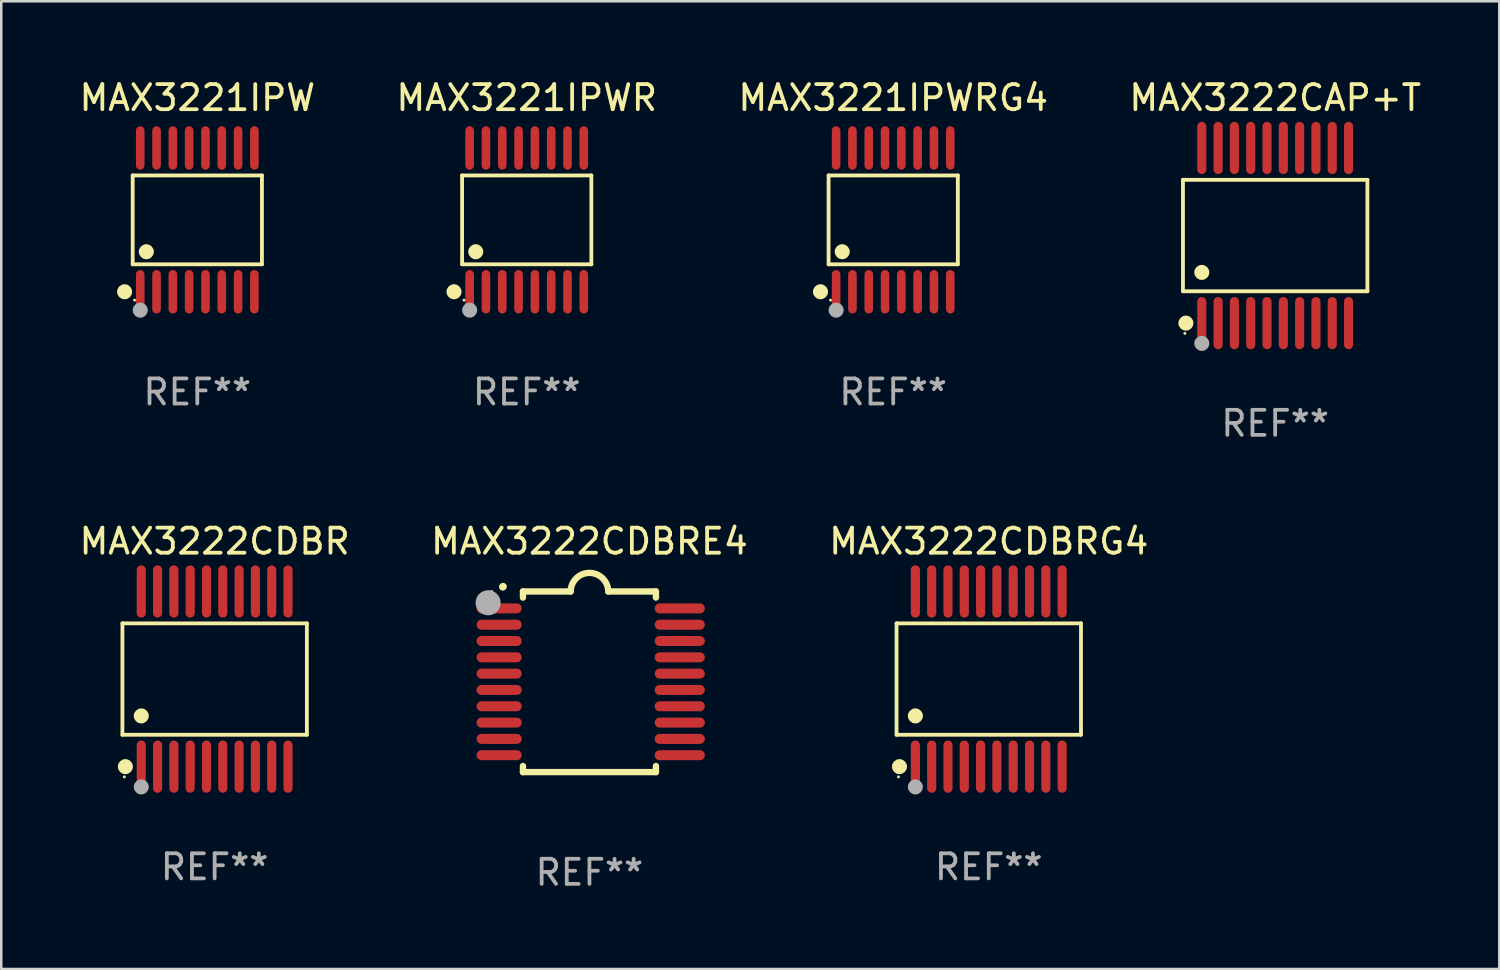
<source format=kicad_pcb>
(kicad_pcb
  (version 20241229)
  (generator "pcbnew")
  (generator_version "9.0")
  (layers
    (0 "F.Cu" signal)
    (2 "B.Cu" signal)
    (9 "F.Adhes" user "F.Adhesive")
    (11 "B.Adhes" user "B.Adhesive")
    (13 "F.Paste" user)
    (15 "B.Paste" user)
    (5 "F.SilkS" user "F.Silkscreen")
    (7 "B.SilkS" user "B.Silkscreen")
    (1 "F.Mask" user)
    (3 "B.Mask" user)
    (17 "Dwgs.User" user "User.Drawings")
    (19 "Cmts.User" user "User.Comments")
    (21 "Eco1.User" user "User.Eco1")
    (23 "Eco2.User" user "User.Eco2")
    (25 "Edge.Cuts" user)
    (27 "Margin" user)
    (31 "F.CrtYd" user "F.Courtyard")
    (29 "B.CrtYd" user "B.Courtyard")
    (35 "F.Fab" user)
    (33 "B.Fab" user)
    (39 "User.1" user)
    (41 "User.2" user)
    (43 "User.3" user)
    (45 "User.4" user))
  (footprint "MAX3222CDBR"
    (layer "F.Cu")
    (at 5.506 24.018)
    (property "Reference" "MAX3222CDBR" (at 0 -5.491 0) (layer "F.SilkS") (effects (font (size 1 1) (thickness 0.15))))
    (attr through_hole)
    (fp_line (start -3.676 -2.221) (end 3.676 -2.221) (stroke (width 0.152) (type solid)) (layer "F.SilkS"))
    (fp_line (start -3.676 2.221) (end -3.676 -2.221) (stroke (width 0.152) (type solid)) (layer "F.SilkS"))
    (fp_line (start 3.676 -2.221) (end 3.676 2.221) (stroke (width 0.152) (type solid)) (layer "F.SilkS"))
    (fp_line (start 3.676 2.221) (end -3.676 2.221) (stroke (width 0.152) (type solid)) (layer "F.SilkS"))
    (fp_circle (center -3.6 3.9) (end -3.57 3.9) (stroke (width 0.06) (type solid)) (fill no) (layer "F.SilkS"))
    (fp_circle (center -3.559 3.491) (end -3.409 3.491) (stroke (width 0.3) (type solid)) (fill no) (layer "F.SilkS"))
    (fp_circle (center -2.925 1.469) (end -2.775 1.469) (stroke (width 0.3) (type solid)) (fill no) (layer "F.SilkS"))
    (fp_circle (center -2.925 4.3) (end -2.775 4.3) (stroke (width 0.3) (type solid)) (fill no) (layer "F.Fab"))
    (fp_text user "REF**" (at 0 7.491 0) (layer "F.Fab") (effects (font (size 1 1) (thickness 0.15))))
    (pad "1" smd oval (at -2.925 3.491) (size 0.364 2.082) (layers "F.Cu" "F.Mask" "F.Paste"))
    (pad "2" smd oval (at -2.275 3.491) (size 0.364 2.082) (layers "F.Cu" "F.Mask" "F.Paste"))
    (pad "3" smd oval (at -1.625 3.491) (size 0.364 2.082) (layers "F.Cu" "F.Mask" "F.Paste"))
    (pad "4" smd oval (at -0.975 3.491) (size 0.364 2.082) (layers "F.Cu" "F.Mask" "F.Paste"))
    (pad "5" smd oval (at -0.325 3.491) (size 0.364 2.082) (layers "F.Cu" "F.Mask" "F.Paste"))
    (pad "6" smd oval (at 0.325 3.491) (size 0.364 2.082) (layers "F.Cu" "F.Mask" "F.Paste"))
    (pad "7" smd oval (at 0.975 3.491) (size 0.364 2.082) (layers "F.Cu" "F.Mask" "F.Paste"))
    (pad "8" smd oval (at 1.625 3.491) (size 0.364 2.082) (layers "F.Cu" "F.Mask" "F.Paste"))
    (pad "9" smd oval (at 2.275 3.491) (size 0.364 2.082) (layers "F.Cu" "F.Mask" "F.Paste"))
    (pad "10" smd oval (at 2.925 3.491) (size 0.364 2.082) (layers "F.Cu" "F.Mask" "F.Paste"))
    (pad "11" smd oval (at 2.925 -3.491) (size 0.364 2.082) (layers "F.Cu" "F.Mask" "F.Paste"))
    (pad "12" smd oval (at 2.275 -3.491) (size 0.364 2.082) (layers "F.Cu" "F.Mask" "F.Paste"))
    (pad "13" smd oval (at 1.625 -3.491) (size 0.364 2.082) (layers "F.Cu" "F.Mask" "F.Paste"))
    (pad "14" smd oval (at 0.975 -3.491) (size 0.364 2.082) (layers "F.Cu" "F.Mask" "F.Paste"))
    (pad "15" smd oval (at 0.325 -3.491) (size 0.364 2.082) (layers "F.Cu" "F.Mask" "F.Paste"))
    (pad "16" smd oval (at -0.325 -3.491) (size 0.364 2.082) (layers "F.Cu" "F.Mask" "F.Paste"))
    (pad "17" smd oval (at -0.975 -3.491) (size 0.364 2.082) (layers "F.Cu" "F.Mask" "F.Paste"))
    (pad "18" smd oval (at -1.625 -3.491) (size 0.364 2.082) (layers "F.Cu" "F.Mask" "F.Paste"))
    (pad "19" smd oval (at -2.275 -3.491) (size 0.364 2.082) (layers "F.Cu" "F.Mask" "F.Paste"))
    (pad "20" smd oval (at -2.925 -3.491) (size 0.364 2.082) (layers "F.Cu" "F.Mask" "F.Paste")))
  (footprint "MAX3222CDBRE4"
    (layer "F.Cu")
    (at 20.446 24.127)
    (property "Reference" "MAX3222CDBRE4" (at 0 -5.6 0) (layer "F.SilkS") (effects (font (size 1 1) (thickness 0.15))))
    (attr through_hole)
    (fp_line (start -2.65 -3.6) (end -2.65 -3.357) (stroke (width 0.254) (type solid)) (layer "F.SilkS"))
    (fp_line (start -2.65 -3.6) (end -0.75 -3.6) (stroke (width 0.254) (type solid)) (layer "F.SilkS"))
    (fp_line (start -2.65 3.357) (end -2.65 3.6) (stroke (width 0.254) (type solid)) (layer "F.SilkS"))
    (fp_line (start 2.65 -3.6) (end 0.75 -3.6) (stroke (width 0.254) (type solid)) (layer "F.SilkS"))
    (fp_line (start 2.65 -3.6) (end 2.65 -3.357) (stroke (width 0.254) (type solid)) (layer "F.SilkS"))
    (fp_line (start 2.65 3.357) (end 2.65 3.6) (stroke (width 0.254) (type solid)) (layer "F.SilkS"))
    (fp_line (start 2.65 3.6) (end -2.65 3.6) (stroke (width 0.254) (type solid)) (layer "F.SilkS"))
    (fp_arc (start -3.454407 -3.784608) (mid -3.449499 -3.78986) (end -3.444247 -3.794768) (stroke (width 0.3) (type solid)) (layer "F.SilkS"))
    (fp_arc (start -0.749301 -3.599186) (mid -0.000051 -4.348844) (end 0.750013 -3.6) (stroke (width 0.254001) (type solid)) (layer "F.SilkS"))
    (fp_circle (center -3.9 -3.6) (end -3.87 -3.6) (stroke (width 0.06) (type solid)) (fill no) (layer "F.SilkS"))
    (fp_circle (center -4.039 -3.15) (end -3.789 -3.15) (stroke (width 0.5) (type solid)) (fill no) (layer "F.Fab"))
    (fp_text user "REF**" (at 0 7.6 0) (layer "F.Fab") (effects (font (size 1 1) (thickness 0.15))))
    (pad "1" smd oval (at -3.6 -2.926 90) (size 0.4 1.8) (layers "F.Cu" "F.Mask" "F.Paste"))
    (pad "2" smd oval (at -3.6 -2.276 90) (size 0.4 1.8) (layers "F.Cu" "F.Mask" "F.Paste"))
    (pad "3" smd oval (at -3.6 -1.626 90) (size 0.4 1.8) (layers "F.Cu" "F.Mask" "F.Paste"))
    (pad "4" smd oval (at -3.6 -0.975 90) (size 0.4 1.8) (layers "F.Cu" "F.Mask" "F.Paste"))
    (pad "5" smd oval (at -3.6 -0.325 90) (size 0.4 1.8) (layers "F.Cu" "F.Mask" "F.Paste"))
    (pad "6" smd oval (at -3.6 0.325 90) (size 0.4 1.8) (layers "F.Cu" "F.Mask" "F.Paste"))
    (pad "7" smd oval (at -3.6 0.975 90) (size 0.4 1.8) (layers "F.Cu" "F.Mask" "F.Paste"))
    (pad "8" smd oval (at -3.6 1.626 90) (size 0.4 1.8) (layers "F.Cu" "F.Mask" "F.Paste"))
    (pad "9" smd oval (at -3.6 2.276 90) (size 0.4 1.8) (layers "F.Cu" "F.Mask" "F.Paste"))
    (pad "10" smd oval (at -3.6 2.926 90) (size 0.4 1.8) (layers "F.Cu" "F.Mask" "F.Paste"))
    (pad "11" smd oval (at 3.6 2.926 90) (size 0.4 2) (layers "F.Cu" "F.Mask" "F.Paste"))
    (pad "12" smd oval (at 3.6 2.276 90) (size 0.4 2) (layers "F.Cu" "F.Mask" "F.Paste"))
    (pad "13" smd oval (at 3.6 1.626 90) (size 0.4 2) (layers "F.Cu" "F.Mask" "F.Paste"))
    (pad "14" smd oval (at 3.6 0.975 90) (size 0.4 2) (layers "F.Cu" "F.Mask" "F.Paste"))
    (pad "15" smd oval (at 3.6 0.325 90) (size 0.4 2) (layers "F.Cu" "F.Mask" "F.Paste"))
    (pad "16" smd oval (at 3.6 -0.325 90) (size 0.4 2) (layers "F.Cu" "F.Mask" "F.Paste"))
    (pad "17" smd oval (at 3.6 -0.975 90) (size 0.4 2) (layers "F.Cu" "F.Mask" "F.Paste"))
    (pad "18" smd oval (at 3.6 -1.626 90) (size 0.4 2) (layers "F.Cu" "F.Mask" "F.Paste"))
    (pad "19" smd oval (at 3.6 -2.276 90) (size 0.4 2) (layers "F.Cu" "F.Mask" "F.Paste"))
    (pad "20" smd oval (at 3.6 -2.926 90) (size 0.4 2) (layers "F.Cu" "F.Mask" "F.Paste")))
  (footprint "MAX3222CDBRG4"
    (layer "F.Cu")
    (at 36.363 24.018)
    (property "Reference" "MAX3222CDBRG4" (at 0 -5.491 0) (layer "F.SilkS") (effects (font (size 1 1) (thickness 0.15))))
    (attr through_hole)
    (fp_line (start -3.676 -2.221) (end 3.676 -2.221) (stroke (width 0.152) (type solid)) (layer "F.SilkS"))
    (fp_line (start -3.676 2.221) (end -3.676 -2.221) (stroke (width 0.152) (type solid)) (layer "F.SilkS"))
    (fp_line (start 3.676 -2.221) (end 3.676 2.221) (stroke (width 0.152) (type solid)) (layer "F.SilkS"))
    (fp_line (start 3.676 2.221) (end -3.676 2.221) (stroke (width 0.152) (type solid)) (layer "F.SilkS"))
    (fp_circle (center -3.6 3.9) (end -3.57 3.9) (stroke (width 0.06) (type solid)) (fill no) (layer "F.SilkS"))
    (fp_circle (center -3.559 3.491) (end -3.409 3.491) (stroke (width 0.3) (type solid)) (fill no) (layer "F.SilkS"))
    (fp_circle (center -2.925 1.469) (end -2.775 1.469) (stroke (width 0.3) (type solid)) (fill no) (layer "F.SilkS"))
    (fp_circle (center -2.925 4.3) (end -2.775 4.3) (stroke (width 0.3) (type solid)) (fill no) (layer "F.Fab"))
    (fp_text user "REF**" (at 0 7.491 0) (layer "F.Fab") (effects (font (size 1 1) (thickness 0.15))))
    (pad "1" smd oval (at -2.925 3.491) (size 0.364 2.082) (layers "F.Cu" "F.Mask" "F.Paste"))
    (pad "2" smd oval (at -2.275 3.491) (size 0.364 2.082) (layers "F.Cu" "F.Mask" "F.Paste"))
    (pad "3" smd oval (at -1.625 3.491) (size 0.364 2.082) (layers "F.Cu" "F.Mask" "F.Paste"))
    (pad "4" smd oval (at -0.975 3.491) (size 0.364 2.082) (layers "F.Cu" "F.Mask" "F.Paste"))
    (pad "5" smd oval (at -0.325 3.491) (size 0.364 2.082) (layers "F.Cu" "F.Mask" "F.Paste"))
    (pad "6" smd oval (at 0.325 3.491) (size 0.364 2.082) (layers "F.Cu" "F.Mask" "F.Paste"))
    (pad "7" smd oval (at 0.975 3.491) (size 0.364 2.082) (layers "F.Cu" "F.Mask" "F.Paste"))
    (pad "8" smd oval (at 1.625 3.491) (size 0.364 2.082) (layers "F.Cu" "F.Mask" "F.Paste"))
    (pad "9" smd oval (at 2.275 3.491) (size 0.364 2.082) (layers "F.Cu" "F.Mask" "F.Paste"))
    (pad "10" smd oval (at 2.925 3.491) (size 0.364 2.082) (layers "F.Cu" "F.Mask" "F.Paste"))
    (pad "11" smd oval (at 2.925 -3.491) (size 0.364 2.082) (layers "F.Cu" "F.Mask" "F.Paste"))
    (pad "12" smd oval (at 2.275 -3.491) (size 0.364 2.082) (layers "F.Cu" "F.Mask" "F.Paste"))
    (pad "13" smd oval (at 1.625 -3.491) (size 0.364 2.082) (layers "F.Cu" "F.Mask" "F.Paste"))
    (pad "14" smd oval (at 0.975 -3.491) (size 0.364 2.082) (layers "F.Cu" "F.Mask" "F.Paste"))
    (pad "15" smd oval (at 0.325 -3.491) (size 0.364 2.082) (layers "F.Cu" "F.Mask" "F.Paste"))
    (pad "16" smd oval (at -0.325 -3.491) (size 0.364 2.082) (layers "F.Cu" "F.Mask" "F.Paste"))
    (pad "17" smd oval (at -0.975 -3.491) (size 0.364 2.082) (layers "F.Cu" "F.Mask" "F.Paste"))
    (pad "18" smd oval (at -1.625 -3.491) (size 0.364 2.082) (layers "F.Cu" "F.Mask" "F.Paste"))
    (pad "19" smd oval (at -2.275 -3.491) (size 0.364 2.082) (layers "F.Cu" "F.Mask" "F.Paste"))
    (pad "20" smd oval (at -2.925 -3.491) (size 0.364 2.082) (layers "F.Cu" "F.Mask" "F.Paste")))
  (footprint "MAX3221IPWR"
    (layer "F.Cu")
    (at 17.946 5.714)
    (property "Reference" "MAX3221IPWR" (at 0 -4.866 0) (layer "F.SilkS") (effects (font (size 1 1) (thickness 0.15))))
    (attr through_hole)
    (fp_line (start -2.576 -1.772) (end 2.576 -1.772) (stroke (width 0.152) (type solid)) (layer "F.SilkS"))
    (fp_line (start -2.576 1.771) (end -2.576 -1.772) (stroke (width 0.152) (type solid)) (layer "F.SilkS"))
    (fp_line (start 2.576 -1.772) (end 2.576 1.771) (stroke (width 0.152) (type solid)) (layer "F.SilkS"))
    (fp_line (start 2.576 1.771) (end -2.576 1.771) (stroke (width 0.152) (type solid)) (layer "F.SilkS"))
    (fp_circle (center -2.899 2.866) (end -2.749 2.866) (stroke (width 0.3) (type solid)) (fill no) (layer "F.SilkS"))
    (fp_circle (center -2.5 3.2) (end -2.47 3.2) (stroke (width 0.06) (type solid)) (fill no) (layer "F.SilkS"))
    (fp_circle (center -2.032 1.27) (end -1.882 1.27) (stroke (width 0.3) (type solid)) (fill no) (layer "F.SilkS"))
    (fp_circle (center -2.275 3.6) (end -2.125 3.6) (stroke (width 0.3) (type solid)) (fill no) (layer "F.Fab"))
    (fp_text user "REF**" (at 0 6.866 0) (layer "F.Fab") (effects (font (size 1 1) (thickness 0.15))))
    (pad "1" smd oval (at -2.275 2.866) (size 0.343 1.731) (layers "F.Cu" "F.Mask" "F.Paste"))
    (pad "2" smd oval (at -1.625 2.866) (size 0.343 1.731) (layers "F.Cu" "F.Mask" "F.Paste"))
    (pad "3" smd oval (at -0.975 2.866) (size 0.343 1.731) (layers "F.Cu" "F.Mask" "F.Paste"))
    (pad "4" smd oval (at -0.325 2.866) (size 0.343 1.731) (layers "F.Cu" "F.Mask" "F.Paste"))
    (pad "5" smd oval (at 0.325 2.866) (size 0.343 1.731) (layers "F.Cu" "F.Mask" "F.Paste"))
    (pad "6" smd oval (at 0.975 2.866) (size 0.343 1.731) (layers "F.Cu" "F.Mask" "F.Paste"))
    (pad "7" smd oval (at 1.625 2.866) (size 0.343 1.731) (layers "F.Cu" "F.Mask" "F.Paste"))
    (pad "8" smd oval (at 2.275 2.866) (size 0.343 1.731) (layers "F.Cu" "F.Mask" "F.Paste"))
    (pad "9" smd oval (at 2.275 -2.866) (size 0.343 1.731) (layers "F.Cu" "F.Mask" "F.Paste"))
    (pad "10" smd oval (at 1.625 -2.866) (size 0.343 1.731) (layers "F.Cu" "F.Mask" "F.Paste"))
    (pad "11" smd oval (at 0.975 -2.866) (size 0.343 1.731) (layers "F.Cu" "F.Mask" "F.Paste"))
    (pad "12" smd oval (at 0.325 -2.866) (size 0.343 1.731) (layers "F.Cu" "F.Mask" "F.Paste"))
    (pad "13" smd oval (at -0.325 -2.866) (size 0.343 1.731) (layers "F.Cu" "F.Mask" "F.Paste"))
    (pad "14" smd oval (at -0.975 -2.866) (size 0.343 1.731) (layers "F.Cu" "F.Mask" "F.Paste"))
    (pad "15" smd oval (at -1.625 -2.866) (size 0.343 1.731) (layers "F.Cu" "F.Mask" "F.Paste"))
    (pad "16" smd oval (at -2.275 -2.866) (size 0.343 1.731) (layers "F.Cu" "F.Mask" "F.Paste")))
  (footprint "MAX3221IPWRG4"
    (layer "F.Cu")
    (at 32.554 5.714)
    (property "Reference" "MAX3221IPWRG4" (at 0 -4.866 0) (layer "F.SilkS") (effects (font (size 1 1) (thickness 0.15))))
    (attr through_hole)
    (fp_line (start -2.576 -1.772) (end 2.576 -1.772) (stroke (width 0.152) (type solid)) (layer "F.SilkS"))
    (fp_line (start -2.576 1.771) (end -2.576 -1.772) (stroke (width 0.152) (type solid)) (layer "F.SilkS"))
    (fp_line (start 2.576 -1.772) (end 2.576 1.771) (stroke (width 0.152) (type solid)) (layer "F.SilkS"))
    (fp_line (start 2.576 1.771) (end -2.576 1.771) (stroke (width 0.152) (type solid)) (layer "F.SilkS"))
    (fp_circle (center -2.899 2.866) (end -2.749 2.866) (stroke (width 0.3) (type solid)) (fill no) (layer "F.SilkS"))
    (fp_circle (center -2.5 3.2) (end -2.47 3.2) (stroke (width 0.06) (type solid)) (fill no) (layer "F.SilkS"))
    (fp_circle (center -2.032 1.27) (end -1.882 1.27) (stroke (width 0.3) (type solid)) (fill no) (layer "F.SilkS"))
    (fp_circle (center -2.275 3.6) (end -2.125 3.6) (stroke (width 0.3) (type solid)) (fill no) (layer "F.Fab"))
    (fp_text user "REF**" (at 0 6.866 0) (layer "F.Fab") (effects (font (size 1 1) (thickness 0.15))))
    (pad "1" smd oval (at -2.275 2.866) (size 0.343 1.731) (layers "F.Cu" "F.Mask" "F.Paste"))
    (pad "2" smd oval (at -1.625 2.866) (size 0.343 1.731) (layers "F.Cu" "F.Mask" "F.Paste"))
    (pad "3" smd oval (at -0.975 2.866) (size 0.343 1.731) (layers "F.Cu" "F.Mask" "F.Paste"))
    (pad "4" smd oval (at -0.325 2.866) (size 0.343 1.731) (layers "F.Cu" "F.Mask" "F.Paste"))
    (pad "5" smd oval (at 0.325 2.866) (size 0.343 1.731) (layers "F.Cu" "F.Mask" "F.Paste"))
    (pad "6" smd oval (at 0.975 2.866) (size 0.343 1.731) (layers "F.Cu" "F.Mask" "F.Paste"))
    (pad "7" smd oval (at 1.625 2.866) (size 0.343 1.731) (layers "F.Cu" "F.Mask" "F.Paste"))
    (pad "8" smd oval (at 2.275 2.866) (size 0.343 1.731) (layers "F.Cu" "F.Mask" "F.Paste"))
    (pad "9" smd oval (at 2.275 -2.866) (size 0.343 1.731) (layers "F.Cu" "F.Mask" "F.Paste"))
    (pad "10" smd oval (at 1.625 -2.866) (size 0.343 1.731) (layers "F.Cu" "F.Mask" "F.Paste"))
    (pad "11" smd oval (at 0.975 -2.866) (size 0.343 1.731) (layers "F.Cu" "F.Mask" "F.Paste"))
    (pad "12" smd oval (at 0.325 -2.866) (size 0.343 1.731) (layers "F.Cu" "F.Mask" "F.Paste"))
    (pad "13" smd oval (at -0.325 -2.866) (size 0.343 1.731) (layers "F.Cu" "F.Mask" "F.Paste"))
    (pad "14" smd oval (at -0.975 -2.866) (size 0.343 1.731) (layers "F.Cu" "F.Mask" "F.Paste"))
    (pad "15" smd oval (at -1.625 -2.866) (size 0.343 1.731) (layers "F.Cu" "F.Mask" "F.Paste"))
    (pad "16" smd oval (at -2.275 -2.866) (size 0.343 1.731) (layers "F.Cu" "F.Mask" "F.Paste")))
  (footprint "MAX3221IPW"
    (layer "F.Cu")
    (at 4.815 5.714)
    (property "Reference" "MAX3221IPW" (at 0 -4.866 0) (layer "F.SilkS") (effects (font (size 1 1) (thickness 0.15))))
    (attr through_hole)
    (fp_line (start -2.576 -1.772) (end 2.576 -1.772) (stroke (width 0.152) (type solid)) (layer "F.SilkS"))
    (fp_line (start -2.576 1.771) (end -2.576 -1.772) (stroke (width 0.152) (type solid)) (layer "F.SilkS"))
    (fp_line (start 2.576 -1.772) (end 2.576 1.771) (stroke (width 0.152) (type solid)) (layer "F.SilkS"))
    (fp_line (start 2.576 1.771) (end -2.576 1.771) (stroke (width 0.152) (type solid)) (layer "F.SilkS"))
    (fp_circle (center -2.899 2.866) (end -2.749 2.866) (stroke (width 0.3) (type solid)) (fill no) (layer "F.SilkS"))
    (fp_circle (center -2.5 3.2) (end -2.47 3.2) (stroke (width 0.06) (type solid)) (fill no) (layer "F.SilkS"))
    (fp_circle (center -2.032 1.27) (end -1.882 1.27) (stroke (width 0.3) (type solid)) (fill no) (layer "F.SilkS"))
    (fp_circle (center -2.275 3.6) (end -2.125 3.6) (stroke (width 0.3) (type solid)) (fill no) (layer "F.Fab"))
    (fp_text user "REF**" (at 0 6.866 0) (layer "F.Fab") (effects (font (size 1 1) (thickness 0.15))))
    (pad "1" smd oval (at -2.275 2.866) (size 0.343 1.731) (layers "F.Cu" "F.Mask" "F.Paste"))
    (pad "2" smd oval (at -1.625 2.866) (size 0.343 1.731) (layers "F.Cu" "F.Mask" "F.Paste"))
    (pad "3" smd oval (at -0.975 2.866) (size 0.343 1.731) (layers "F.Cu" "F.Mask" "F.Paste"))
    (pad "4" smd oval (at -0.325 2.866) (size 0.343 1.731) (layers "F.Cu" "F.Mask" "F.Paste"))
    (pad "5" smd oval (at 0.325 2.866) (size 0.343 1.731) (layers "F.Cu" "F.Mask" "F.Paste"))
    (pad "6" smd oval (at 0.975 2.866) (size 0.343 1.731) (layers "F.Cu" "F.Mask" "F.Paste"))
    (pad "7" smd oval (at 1.625 2.866) (size 0.343 1.731) (layers "F.Cu" "F.Mask" "F.Paste"))
    (pad "8" smd oval (at 2.275 2.866) (size 0.343 1.731) (layers "F.Cu" "F.Mask" "F.Paste"))
    (pad "9" smd oval (at 2.275 -2.866) (size 0.343 1.731) (layers "F.Cu" "F.Mask" "F.Paste"))
    (pad "10" smd oval (at 1.625 -2.866) (size 0.343 1.731) (layers "F.Cu" "F.Mask" "F.Paste"))
    (pad "11" smd oval (at 0.975 -2.866) (size 0.343 1.731) (layers "F.Cu" "F.Mask" "F.Paste"))
    (pad "12" smd oval (at 0.325 -2.866) (size 0.343 1.731) (layers "F.Cu" "F.Mask" "F.Paste"))
    (pad "13" smd oval (at -0.325 -2.866) (size 0.343 1.731) (layers "F.Cu" "F.Mask" "F.Paste"))
    (pad "14" smd oval (at -0.975 -2.866) (size 0.343 1.731) (layers "F.Cu" "F.Mask" "F.Paste"))
    (pad "15" smd oval (at -1.625 -2.866) (size 0.343 1.731) (layers "F.Cu" "F.Mask" "F.Paste"))
    (pad "16" smd oval (at -2.275 -2.866) (size 0.343 1.731) (layers "F.Cu" "F.Mask" "F.Paste")))
  (footprint "MAX3222CAP+T"
    (layer "F.Cu")
    (at 47.78 6.339)
    (property "Reference" "MAX3222CAP+T" (at 0 -5.491 0) (layer "F.SilkS") (effects (font (size 1 1) (thickness 0.15))))
    (attr through_hole)
    (fp_line (start -3.676 -2.221) (end 3.676 -2.221) (stroke (width 0.152) (type solid)) (layer "F.SilkS"))
    (fp_line (start -3.676 2.221) (end -3.676 -2.221) (stroke (width 0.152) (type solid)) (layer "F.SilkS"))
    (fp_line (start 3.676 -2.221) (end 3.676 2.221) (stroke (width 0.152) (type solid)) (layer "F.SilkS"))
    (fp_line (start 3.676 2.221) (end -3.676 2.221) (stroke (width 0.152) (type solid)) (layer "F.SilkS"))
    (fp_circle (center -3.6 3.9) (end -3.57 3.9) (stroke (width 0.06) (type solid)) (fill no) (layer "F.SilkS"))
    (fp_circle (center -3.559 3.491) (end -3.409 3.491) (stroke (width 0.3) (type solid)) (fill no) (layer "F.SilkS"))
    (fp_circle (center -2.925 1.469) (end -2.775 1.469) (stroke (width 0.3) (type solid)) (fill no) (layer "F.SilkS"))
    (fp_circle (center -2.925 4.3) (end -2.775 4.3) (stroke (width 0.3) (type solid)) (fill no) (layer "F.Fab"))
    (fp_text user "REF**" (at 0 7.491 0) (layer "F.Fab") (effects (font (size 1 1) (thickness 0.15))))
    (pad "1" smd oval (at -2.925 3.491) (size 0.364 2.082) (layers "F.Cu" "F.Mask" "F.Paste"))
    (pad "2" smd oval (at -2.275 3.491) (size 0.364 2.082) (layers "F.Cu" "F.Mask" "F.Paste"))
    (pad "3" smd oval (at -1.625 3.491) (size 0.364 2.082) (layers "F.Cu" "F.Mask" "F.Paste"))
    (pad "4" smd oval (at -0.975 3.491) (size 0.364 2.082) (layers "F.Cu" "F.Mask" "F.Paste"))
    (pad "5" smd oval (at -0.325 3.491) (size 0.364 2.082) (layers "F.Cu" "F.Mask" "F.Paste"))
    (pad "6" smd oval (at 0.325 3.491) (size 0.364 2.082) (layers "F.Cu" "F.Mask" "F.Paste"))
    (pad "7" smd oval (at 0.975 3.491) (size 0.364 2.082) (layers "F.Cu" "F.Mask" "F.Paste"))
    (pad "8" smd oval (at 1.625 3.491) (size 0.364 2.082) (layers "F.Cu" "F.Mask" "F.Paste"))
    (pad "9" smd oval (at 2.275 3.491) (size 0.364 2.082) (layers "F.Cu" "F.Mask" "F.Paste"))
    (pad "10" smd oval (at 2.925 3.491) (size 0.364 2.082) (layers "F.Cu" "F.Mask" "F.Paste"))
    (pad "11" smd oval (at 2.925 -3.491) (size 0.364 2.082) (layers "F.Cu" "F.Mask" "F.Paste"))
    (pad "12" smd oval (at 2.275 -3.491) (size 0.364 2.082) (layers "F.Cu" "F.Mask" "F.Paste"))
    (pad "13" smd oval (at 1.625 -3.491) (size 0.364 2.082) (layers "F.Cu" "F.Mask" "F.Paste"))
    (pad "14" smd oval (at 0.975 -3.491) (size 0.364 2.082) (layers "F.Cu" "F.Mask" "F.Paste"))
    (pad "15" smd oval (at 0.325 -3.491) (size 0.364 2.082) (layers "F.Cu" "F.Mask" "F.Paste"))
    (pad "16" smd oval (at -0.325 -3.491) (size 0.364 2.082) (layers "F.Cu" "F.Mask" "F.Paste"))
    (pad "17" smd oval (at -0.975 -3.491) (size 0.364 2.082) (layers "F.Cu" "F.Mask" "F.Paste"))
    (pad "18" smd oval (at -1.625 -3.491) (size 0.364 2.082) (layers "F.Cu" "F.Mask" "F.Paste"))
    (pad "19" smd oval (at -2.275 -3.491) (size 0.364 2.082) (layers "F.Cu" "F.Mask" "F.Paste"))
    (pad "20" smd oval (at -2.925 -3.491) (size 0.364 2.082) (layers "F.Cu" "F.Mask" "F.Paste")))
  (gr_rect
    (start -3 -3)
    (end 56.714 35.575)
    (stroke (width 0.1) (type default))
    (fill no)
    (layer "Edge.Cuts")))
</source>
